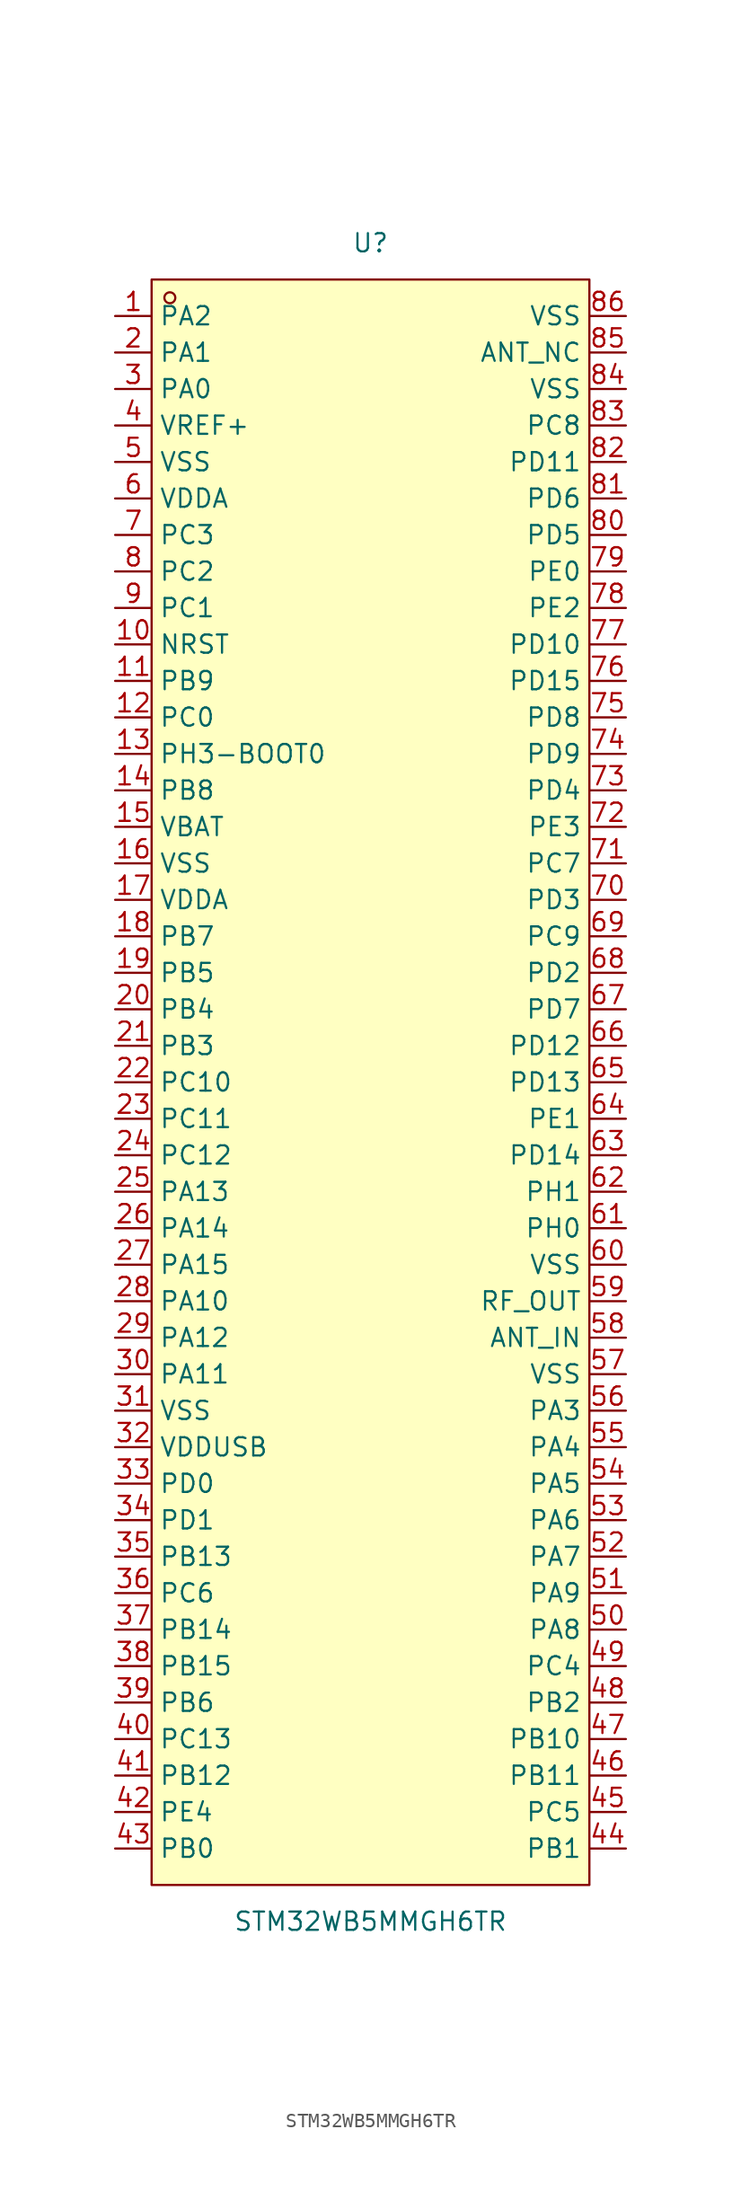
<source format=kicad_sym>
(kicad_symbol_lib
  (version 20211014)
  (generator https://github.com/uPesy/easyeda2kicad.py)
  (symbol "STM32WB5MMGH6TR"
    (property "Reference" "U"
      (at 0 58.42 0)
      (effects (font (size 1.27 1.27))))
    (property "Value" "STM32WB5MMGH6TR"
      (at 0 -58.42 0)
      (effects (font (size 1.27 1.27))))
    (symbol "STM32WB5MMGH6TR_0_1"
      (rectangle (start -15.24 55.88) (end 15.24 -55.88) (stroke (width 0) (type default) (color 0 0 0 0)) (fill (type background)))
      (circle (center -13.97 54.61) (radius 0.38) (stroke (width 0) (type default) (color 0 0 0 0)) (fill (type none)))
      (pin unspecified line (at -17.78 53.34 0) (length 2.54) (name "PA2" (effects (font (size 1.27 1.27)))) (number "1" (effects (font (size 1.27 1.27)))))
      (pin unspecified line (at -17.78 50.80 0) (length 2.54) (name "PA1" (effects (font (size 1.27 1.27)))) (number "2" (effects (font (size 1.27 1.27)))))
      (pin unspecified line (at -17.78 48.26 0) (length 2.54) (name "PA0" (effects (font (size 1.27 1.27)))) (number "3" (effects (font (size 1.27 1.27)))))
      (pin unspecified line (at -17.78 45.72 0) (length 2.54) (name "VREF+" (effects (font (size 1.27 1.27)))) (number "4" (effects (font (size 1.27 1.27)))))
      (pin unspecified line (at -17.78 43.18 0) (length 2.54) (name "VSS" (effects (font (size 1.27 1.27)))) (number "5" (effects (font (size 1.27 1.27)))))
      (pin unspecified line (at -17.78 40.64 0) (length 2.54) (name "VDDA" (effects (font (size 1.27 1.27)))) (number "6" (effects (font (size 1.27 1.27)))))
      (pin unspecified line (at -17.78 38.10 0) (length 2.54) (name "PC3" (effects (font (size 1.27 1.27)))) (number "7" (effects (font (size 1.27 1.27)))))
      (pin unspecified line (at -17.78 35.56 0) (length 2.54) (name "PC2" (effects (font (size 1.27 1.27)))) (number "8" (effects (font (size 1.27 1.27)))))
      (pin unspecified line (at -17.78 33.02 0) (length 2.54) (name "PC1" (effects (font (size 1.27 1.27)))) (number "9" (effects (font (size 1.27 1.27)))))
      (pin unspecified line (at -17.78 30.48 0) (length 2.54) (name "NRST" (effects (font (size 1.27 1.27)))) (number "10" (effects (font (size 1.27 1.27)))))
      (pin unspecified line (at -17.78 27.94 0) (length 2.54) (name "PB9" (effects (font (size 1.27 1.27)))) (number "11" (effects (font (size 1.27 1.27)))))
      (pin unspecified line (at -17.78 25.40 0) (length 2.54) (name "PC0" (effects (font (size 1.27 1.27)))) (number "12" (effects (font (size 1.27 1.27)))))
      (pin unspecified line (at -17.78 22.86 0) (length 2.54) (name "PH3-BOOT0" (effects (font (size 1.27 1.27)))) (number "13" (effects (font (size 1.27 1.27)))))
      (pin unspecified line (at -17.78 20.32 0) (length 2.54) (name "PB8" (effects (font (size 1.27 1.27)))) (number "14" (effects (font (size 1.27 1.27)))))
      (pin unspecified line (at -17.78 17.78 0) (length 2.54) (name "VBAT" (effects (font (size 1.27 1.27)))) (number "15" (effects (font (size 1.27 1.27)))))
      (pin unspecified line (at -17.78 15.24 0) (length 2.54) (name "VSS" (effects (font (size 1.27 1.27)))) (number "16" (effects (font (size 1.27 1.27)))))
      (pin unspecified line (at -17.78 12.70 0) (length 2.54) (name "VDDA" (effects (font (size 1.27 1.27)))) (number "17" (effects (font (size 1.27 1.27)))))
      (pin unspecified line (at -17.78 10.16 0) (length 2.54) (name "PB7" (effects (font (size 1.27 1.27)))) (number "18" (effects (font (size 1.27 1.27)))))
      (pin unspecified line (at -17.78 7.62 0) (length 2.54) (name "PB5" (effects (font (size 1.27 1.27)))) (number "19" (effects (font (size 1.27 1.27)))))
      (pin unspecified line (at -17.78 5.08 0) (length 2.54) (name "PB4" (effects (font (size 1.27 1.27)))) (number "20" (effects (font (size 1.27 1.27)))))
      (pin unspecified line (at -17.78 2.54 0) (length 2.54) (name "PB3" (effects (font (size 1.27 1.27)))) (number "21" (effects (font (size 1.27 1.27)))))
      (pin unspecified line (at -17.78 -0.00 0) (length 2.54) (name "PC10" (effects (font (size 1.27 1.27)))) (number "22" (effects (font (size 1.27 1.27)))))
      (pin unspecified line (at -17.78 -2.54 0) (length 2.54) (name "PC11" (effects (font (size 1.27 1.27)))) (number "23" (effects (font (size 1.27 1.27)))))
      (pin unspecified line (at -17.78 -5.08 0) (length 2.54) (name "PC12" (effects (font (size 1.27 1.27)))) (number "24" (effects (font (size 1.27 1.27)))))
      (pin unspecified line (at -17.78 -7.62 0) (length 2.54) (name "PA13" (effects (font (size 1.27 1.27)))) (number "25" (effects (font (size 1.27 1.27)))))
      (pin unspecified line (at -17.78 -10.16 0) (length 2.54) (name "PA14" (effects (font (size 1.27 1.27)))) (number "26" (effects (font (size 1.27 1.27)))))
      (pin unspecified line (at -17.78 -12.70 0) (length 2.54) (name "PA15" (effects (font (size 1.27 1.27)))) (number "27" (effects (font (size 1.27 1.27)))))
      (pin unspecified line (at -17.78 -15.24 0) (length 2.54) (name "PA10" (effects (font (size 1.27 1.27)))) (number "28" (effects (font (size 1.27 1.27)))))
      (pin unspecified line (at -17.78 -17.78 0) (length 2.54) (name "PA12" (effects (font (size 1.27 1.27)))) (number "29" (effects (font (size 1.27 1.27)))))
      (pin unspecified line (at -17.78 -20.32 0) (length 2.54) (name "PA11" (effects (font (size 1.27 1.27)))) (number "30" (effects (font (size 1.27 1.27)))))
      (pin unspecified line (at -17.78 -22.86 0) (length 2.54) (name "VSS" (effects (font (size 1.27 1.27)))) (number "31" (effects (font (size 1.27 1.27)))))
      (pin unspecified line (at -17.78 -25.40 0) (length 2.54) (name "VDDUSB" (effects (font (size 1.27 1.27)))) (number "32" (effects (font (size 1.27 1.27)))))
      (pin unspecified line (at -17.78 -27.94 0) (length 2.54) (name "PD0" (effects (font (size 1.27 1.27)))) (number "33" (effects (font (size 1.27 1.27)))))
      (pin unspecified line (at -17.78 -30.48 0) (length 2.54) (name "PD1" (effects (font (size 1.27 1.27)))) (number "34" (effects (font (size 1.27 1.27)))))
      (pin unspecified line (at -17.78 -33.02 0) (length 2.54) (name "PB13" (effects (font (size 1.27 1.27)))) (number "35" (effects (font (size 1.27 1.27)))))
      (pin unspecified line (at -17.78 -35.56 0) (length 2.54) (name "PC6" (effects (font (size 1.27 1.27)))) (number "36" (effects (font (size 1.27 1.27)))))
      (pin unspecified line (at -17.78 -38.10 0) (length 2.54) (name "PB14" (effects (font (size 1.27 1.27)))) (number "37" (effects (font (size 1.27 1.27)))))
      (pin unspecified line (at -17.78 -40.64 0) (length 2.54) (name "PB15" (effects (font (size 1.27 1.27)))) (number "38" (effects (font (size 1.27 1.27)))))
      (pin unspecified line (at -17.78 -43.18 0) (length 2.54) (name "PB6" (effects (font (size 1.27 1.27)))) (number "39" (effects (font (size 1.27 1.27)))))
      (pin unspecified line (at -17.78 -45.72 0) (length 2.54) (name "PC13" (effects (font (size 1.27 1.27)))) (number "40" (effects (font (size 1.27 1.27)))))
      (pin unspecified line (at -17.78 -48.26 0) (length 2.54) (name "PB12" (effects (font (size 1.27 1.27)))) (number "41" (effects (font (size 1.27 1.27)))))
      (pin unspecified line (at -17.78 -50.80 0) (length 2.54) (name "PE4" (effects (font (size 1.27 1.27)))) (number "42" (effects (font (size 1.27 1.27)))))
      (pin unspecified line (at -17.78 -53.34 0) (length 2.54) (name "PB0" (effects (font (size 1.27 1.27)))) (number "43" (effects (font (size 1.27 1.27)))))
      (pin unspecified line (at 17.78 -53.34 180) (length 2.54) (name "PB1" (effects (font (size 1.27 1.27)))) (number "44" (effects (font (size 1.27 1.27)))))
      (pin unspecified line (at 17.78 -50.80 180) (length 2.54) (name "PC5" (effects (font (size 1.27 1.27)))) (number "45" (effects (font (size 1.27 1.27)))))
      (pin unspecified line (at 17.78 -48.26 180) (length 2.54) (name "PB11" (effects (font (size 1.27 1.27)))) (number "46" (effects (font (size 1.27 1.27)))))
      (pin unspecified line (at 17.78 -45.72 180) (length 2.54) (name "PB10" (effects (font (size 1.27 1.27)))) (number "47" (effects (font (size 1.27 1.27)))))
      (pin unspecified line (at 17.78 -43.18 180) (length 2.54) (name "PB2" (effects (font (size 1.27 1.27)))) (number "48" (effects (font (size 1.27 1.27)))))
      (pin unspecified line (at 17.78 -40.64 180) (length 2.54) (name "PC4" (effects (font (size 1.27 1.27)))) (number "49" (effects (font (size 1.27 1.27)))))
      (pin unspecified line (at 17.78 -38.10 180) (length 2.54) (name "PA8" (effects (font (size 1.27 1.27)))) (number "50" (effects (font (size 1.27 1.27)))))
      (pin unspecified line (at 17.78 -35.56 180) (length 2.54) (name "PA9" (effects (font (size 1.27 1.27)))) (number "51" (effects (font (size 1.27 1.27)))))
      (pin unspecified line (at 17.78 -33.02 180) (length 2.54) (name "PA7" (effects (font (size 1.27 1.27)))) (number "52" (effects (font (size 1.27 1.27)))))
      (pin unspecified line (at 17.78 -30.48 180) (length 2.54) (name "PA6" (effects (font (size 1.27 1.27)))) (number "53" (effects (font (size 1.27 1.27)))))
      (pin unspecified line (at 17.78 -27.94 180) (length 2.54) (name "PA5" (effects (font (size 1.27 1.27)))) (number "54" (effects (font (size 1.27 1.27)))))
      (pin unspecified line (at 17.78 -25.40 180) (length 2.54) (name "PA4" (effects (font (size 1.27 1.27)))) (number "55" (effects (font (size 1.27 1.27)))))
      (pin unspecified line (at 17.78 -22.86 180) (length 2.54) (name "PA3" (effects (font (size 1.27 1.27)))) (number "56" (effects (font (size 1.27 1.27)))))
      (pin unspecified line (at 17.78 -20.32 180) (length 2.54) (name "VSS" (effects (font (size 1.27 1.27)))) (number "57" (effects (font (size 1.27 1.27)))))
      (pin unspecified line (at 17.78 -17.78 180) (length 2.54) (name "ANT_IN" (effects (font (size 1.27 1.27)))) (number "58" (effects (font (size 1.27 1.27)))))
      (pin unspecified line (at 17.78 -15.24 180) (length 2.54) (name "RF_OUT" (effects (font (size 1.27 1.27)))) (number "59" (effects (font (size 1.27 1.27)))))
      (pin unspecified line (at 17.78 -12.70 180) (length 2.54) (name "VSS" (effects (font (size 1.27 1.27)))) (number "60" (effects (font (size 1.27 1.27)))))
      (pin unspecified line (at 17.78 -10.16 180) (length 2.54) (name "PH0" (effects (font (size 1.27 1.27)))) (number "61" (effects (font (size 1.27 1.27)))))
      (pin unspecified line (at 17.78 -7.62 180) (length 2.54) (name "PH1" (effects (font (size 1.27 1.27)))) (number "62" (effects (font (size 1.27 1.27)))))
      (pin unspecified line (at 17.78 -5.08 180) (length 2.54) (name "PD14" (effects (font (size 1.27 1.27)))) (number "63" (effects (font (size 1.27 1.27)))))
      (pin unspecified line (at 17.78 -2.54 180) (length 2.54) (name "PE1" (effects (font (size 1.27 1.27)))) (number "64" (effects (font (size 1.27 1.27)))))
      (pin unspecified line (at 17.78 -0.00 180) (length 2.54) (name "PD13" (effects (font (size 1.27 1.27)))) (number "65" (effects (font (size 1.27 1.27)))))
      (pin unspecified line (at 17.78 2.54 180) (length 2.54) (name "PD12" (effects (font (size 1.27 1.27)))) (number "66" (effects (font (size 1.27 1.27)))))
      (pin unspecified line (at 17.78 5.08 180) (length 2.54) (name "PD7" (effects (font (size 1.27 1.27)))) (number "67" (effects (font (size 1.27 1.27)))))
      (pin unspecified line (at 17.78 7.62 180) (length 2.54) (name "PD2" (effects (font (size 1.27 1.27)))) (number "68" (effects (font (size 1.27 1.27)))))
      (pin unspecified line (at 17.78 10.16 180) (length 2.54) (name "PC9" (effects (font (size 1.27 1.27)))) (number "69" (effects (font (size 1.27 1.27)))))
      (pin unspecified line (at 17.78 12.70 180) (length 2.54) (name "PD3" (effects (font (size 1.27 1.27)))) (number "70" (effects (font (size 1.27 1.27)))))
      (pin unspecified line (at 17.78 15.24 180) (length 2.54) (name "PC7" (effects (font (size 1.27 1.27)))) (number "71" (effects (font (size 1.27 1.27)))))
      (pin unspecified line (at 17.78 17.78 180) (length 2.54) (name "PE3" (effects (font (size 1.27 1.27)))) (number "72" (effects (font (size 1.27 1.27)))))
      (pin unspecified line (at 17.78 20.32 180) (length 2.54) (name "PD4" (effects (font (size 1.27 1.27)))) (number "73" (effects (font (size 1.27 1.27)))))
      (pin unspecified line (at 17.78 22.86 180) (length 2.54) (name "PD9" (effects (font (size 1.27 1.27)))) (number "74" (effects (font (size 1.27 1.27)))))
      (pin unspecified line (at 17.78 25.40 180) (length 2.54) (name "PD8" (effects (font (size 1.27 1.27)))) (number "75" (effects (font (size 1.27 1.27)))))
      (pin unspecified line (at 17.78 27.94 180) (length 2.54) (name "PD15" (effects (font (size 1.27 1.27)))) (number "76" (effects (font (size 1.27 1.27)))))
      (pin unspecified line (at 17.78 30.48 180) (length 2.54) (name "PD10" (effects (font (size 1.27 1.27)))) (number "77" (effects (font (size 1.27 1.27)))))
      (pin unspecified line (at 17.78 33.02 180) (length 2.54) (name "PE2" (effects (font (size 1.27 1.27)))) (number "78" (effects (font (size 1.27 1.27)))))
      (pin unspecified line (at 17.78 35.56 180) (length 2.54) (name "PE0" (effects (font (size 1.27 1.27)))) (number "79" (effects (font (size 1.27 1.27)))))
      (pin unspecified line (at 17.78 38.10 180) (length 2.54) (name "PD5" (effects (font (size 1.27 1.27)))) (number "80" (effects (font (size 1.27 1.27)))))
      (pin unspecified line (at 17.78 40.64 180) (length 2.54) (name "PD6" (effects (font (size 1.27 1.27)))) (number "81" (effects (font (size 1.27 1.27)))))
      (pin unspecified line (at 17.78 43.18 180) (length 2.54) (name "PD11" (effects (font (size 1.27 1.27)))) (number "82" (effects (font (size 1.27 1.27)))))
      (pin unspecified line (at 17.78 45.72 180) (length 2.54) (name "PC8" (effects (font (size 1.27 1.27)))) (number "83" (effects (font (size 1.27 1.27)))))
      (pin unspecified line (at 17.78 48.26 180) (length 2.54) (name "VSS" (effects (font (size 1.27 1.27)))) (number "84" (effects (font (size 1.27 1.27)))))
      (pin unspecified line (at 17.78 50.80 180) (length 2.54) (name "ANT_NC" (effects (font (size 1.27 1.27)))) (number "85" (effects (font (size 1.27 1.27)))))
      (pin unspecified line (at 17.78 53.34 180) (length 2.54) (name "VSS" (effects (font (size 1.27 1.27)))) (number "86" (effects (font (size 1.27 1.27))))))))
</source>
